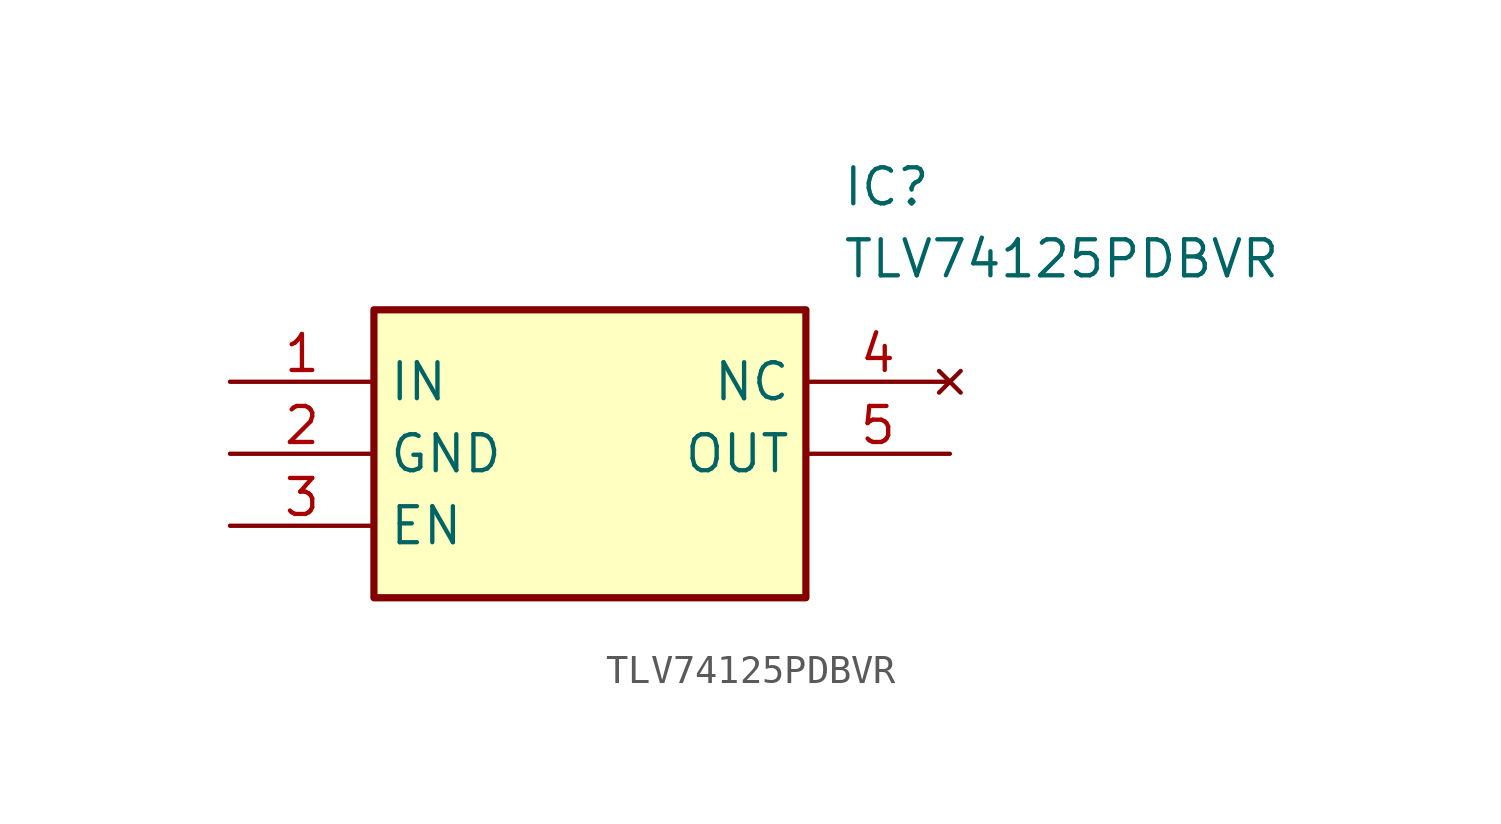
<source format=kicad_sym>
(kicad_symbol_lib
  (version 20211014)
  (generator SamacSys_ECAD_Model)
  (symbol "TLV74125PDBVR"
    (property "Reference" "IC"
      (at 21.59 7.62 0)
      (effects (font (size 1.27 1.27)) (justify left top)))
    (property "Value" "TLV74125PDBVR"
      (at 21.59 5.08 0)
      (effects (font (size 1.27 1.27)) (justify left top)))
    (rectangle
      (start 5.08 2.54)
      (end 20.32 -7.62)
      (stroke (width 0.254) (type default))
      (fill (type background)))
    (pin passive line
      (at 0 0 0)
      (length 5.08)
      (name "IN" (effects (font (size 1.27 1.27))))
      (number "1" (effects (font (size 1.27 1.27)))))
    (pin passive line
      (at 0 -2.54 0)
      (length 5.08)
      (name "GND" (effects (font (size 1.27 1.27))))
      (number "2" (effects (font (size 1.27 1.27)))))
    (pin passive line
      (at 0 -5.08 0)
      (length 5.08)
      (name "EN" (effects (font (size 1.27 1.27))))
      (number "3" (effects (font (size 1.27 1.27)))))
    (pin no_connect line
      (at 25.4 0 180)
      (length 5.08)
      (name "NC" (effects (font (size 1.27 1.27))))
      (number "4" (effects (font (size 1.27 1.27)))))
    (pin passive line
      (at 25.4 -2.54 180)
      (length 5.08)
      (name "OUT" (effects (font (size 1.27 1.27))))
      (number "5" (effects (font (size 1.27 1.27)))))))
</source>
